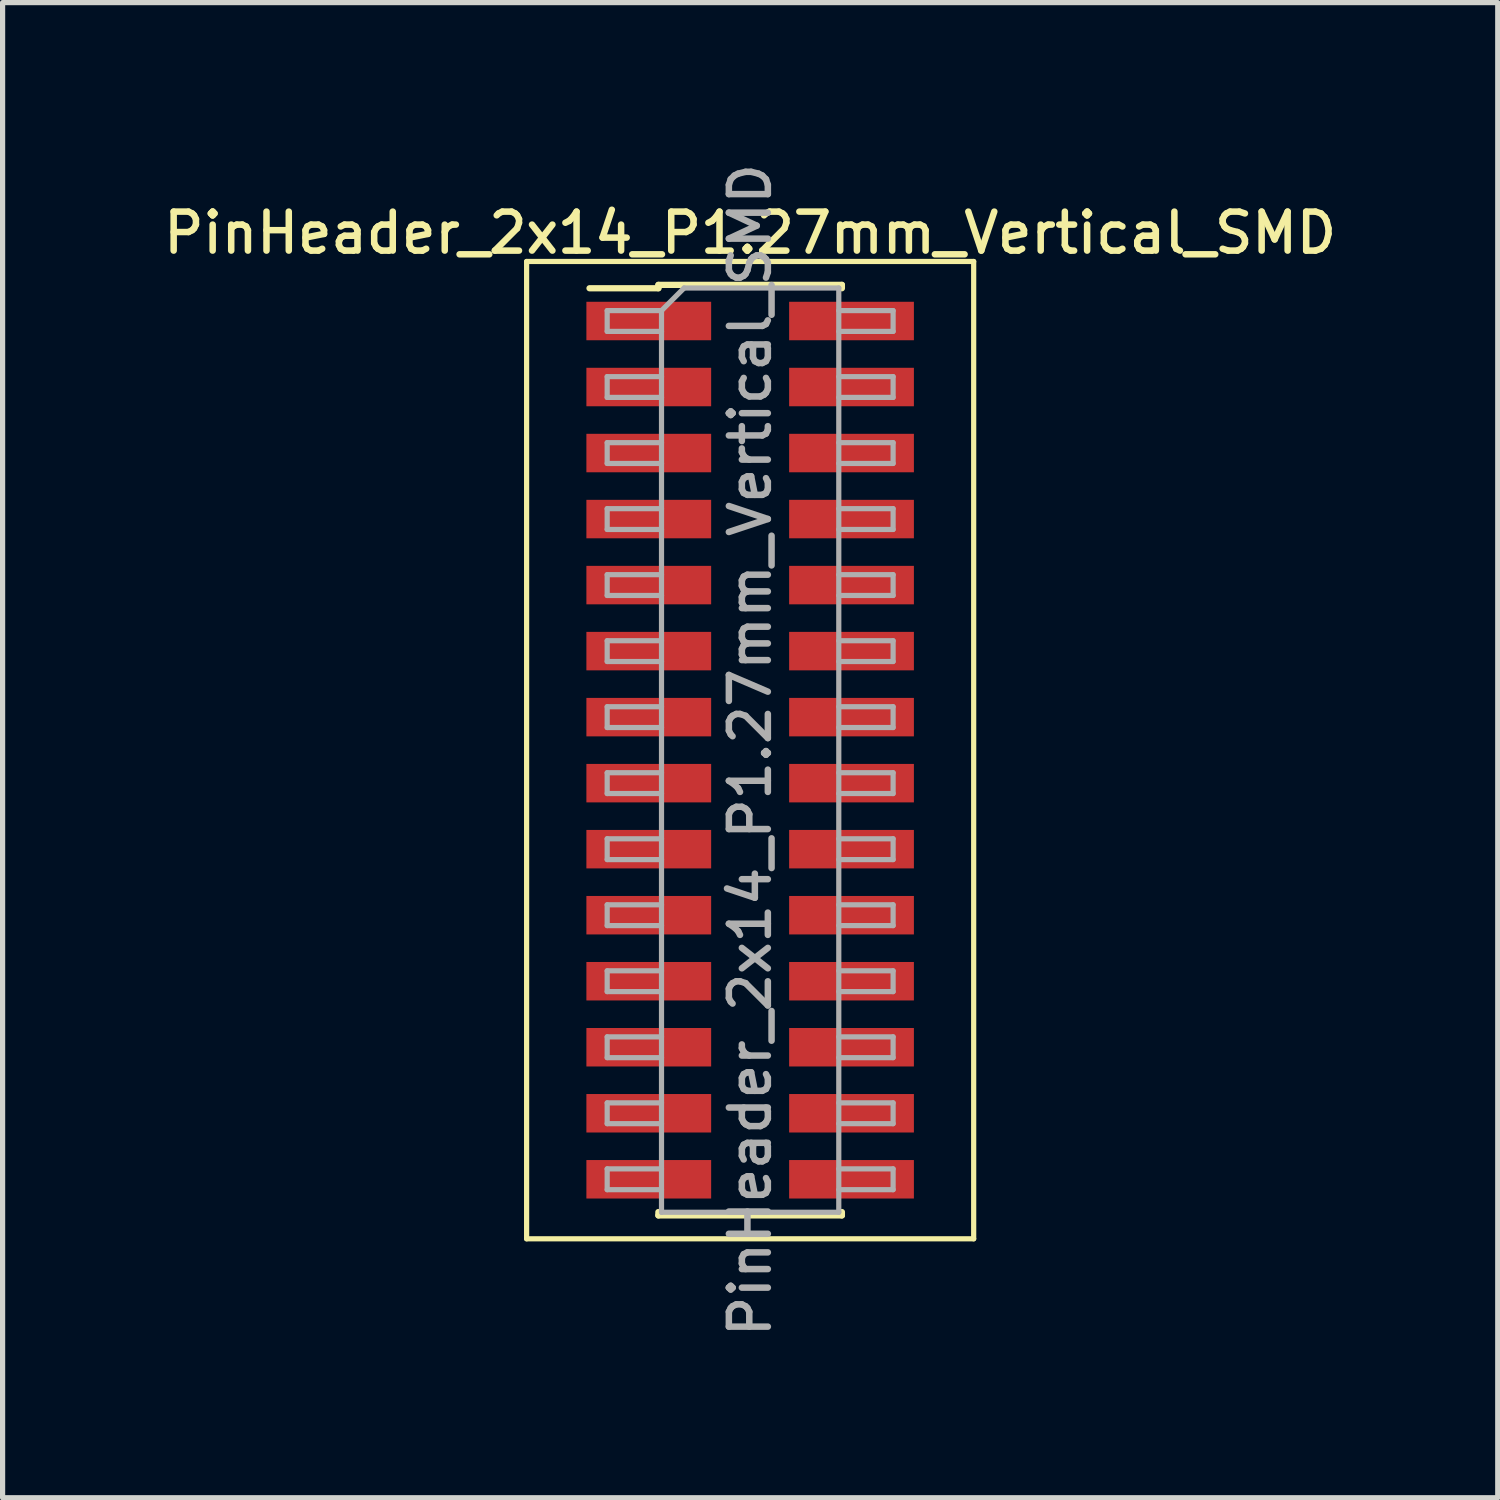
<source format=kicad_pcb>
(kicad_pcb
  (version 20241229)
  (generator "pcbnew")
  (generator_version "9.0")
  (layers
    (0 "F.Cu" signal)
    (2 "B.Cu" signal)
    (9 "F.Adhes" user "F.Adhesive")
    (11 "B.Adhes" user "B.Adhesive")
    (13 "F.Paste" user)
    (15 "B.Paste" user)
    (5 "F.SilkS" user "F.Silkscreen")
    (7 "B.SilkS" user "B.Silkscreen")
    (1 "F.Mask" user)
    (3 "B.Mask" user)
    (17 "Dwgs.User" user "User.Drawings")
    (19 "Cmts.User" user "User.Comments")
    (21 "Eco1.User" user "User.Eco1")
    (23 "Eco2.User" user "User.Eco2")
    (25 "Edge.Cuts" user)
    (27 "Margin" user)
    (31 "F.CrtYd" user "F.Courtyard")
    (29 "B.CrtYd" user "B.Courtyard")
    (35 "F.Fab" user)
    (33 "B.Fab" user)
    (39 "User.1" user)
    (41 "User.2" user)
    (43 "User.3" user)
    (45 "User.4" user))
  (footprint "PinHeader_2x14_P1.27mm_Vertical_SMD"
    (layer "F.Cu")
    (at 11.38 11.38)
    (property "Reference" "PinHeader_2x14_P1.27mm_Vertical_SMD" (at 0 -9.95 0) (layer "F.SilkS") (effects (font (size 0.75 0.75) (thickness 0.125))))
    (attr smd)
    (fp_line (start -4.3 -9.4) (end -4.3 9.4) (stroke (width 0.1) (type solid)) (layer "F.SilkS"))
    (fp_line (start -4.3 9.4) (end 4.3 9.4) (stroke (width 0.1) (type solid)) (layer "F.SilkS"))
    (fp_line (start -3.09 -8.885) (end -1.765 -8.885) (stroke (width 0.12) (type solid)) (layer "F.SilkS"))
    (fp_line (start -1.765 -8.95) (end -1.765 -8.885) (stroke (width 0.12) (type solid)) (layer "F.SilkS"))
    (fp_line (start -1.765 -8.95) (end 1.765 -8.95) (stroke (width 0.12) (type solid)) (layer "F.SilkS"))
    (fp_line (start -1.765 8.885) (end -1.765 8.95) (stroke (width 0.12) (type solid)) (layer "F.SilkS"))
    (fp_line (start -1.765 8.95) (end 1.765 8.95) (stroke (width 0.12) (type solid)) (layer "F.SilkS"))
    (fp_line (start 1.765 -8.95) (end 1.765 -8.885) (stroke (width 0.12) (type solid)) (layer "F.SilkS"))
    (fp_line (start 1.765 8.885) (end 1.765 8.95) (stroke (width 0.12) (type solid)) (layer "F.SilkS"))
    (fp_line (start 4.3 -9.4) (end -4.3 -9.4) (stroke (width 0.1) (type solid)) (layer "F.SilkS"))
    (fp_line (start 4.3 9.4) (end 4.3 -9.4) (stroke (width 0.1) (type solid)) (layer "F.SilkS"))
    (fp_line (start -2.75 -8.455) (end -2.75 -8.055) (stroke (width 0.1) (type solid)) (layer "F.Fab"))
    (fp_line (start -2.75 -8.055) (end -1.705 -8.055) (stroke (width 0.1) (type solid)) (layer "F.Fab"))
    (fp_line (start -2.75 -7.185) (end -2.75 -6.785) (stroke (width 0.1) (type solid)) (layer "F.Fab"))
    (fp_line (start -2.75 -6.785) (end -1.705 -6.785) (stroke (width 0.1) (type solid)) (layer "F.Fab"))
    (fp_line (start -2.75 -5.915) (end -2.75 -5.515) (stroke (width 0.1) (type solid)) (layer "F.Fab"))
    (fp_line (start -2.75 -5.515) (end -1.705 -5.515) (stroke (width 0.1) (type solid)) (layer "F.Fab"))
    (fp_line (start -2.75 -4.645) (end -2.75 -4.245) (stroke (width 0.1) (type solid)) (layer "F.Fab"))
    (fp_line (start -2.75 -4.245) (end -1.705 -4.245) (stroke (width 0.1) (type solid)) (layer "F.Fab"))
    (fp_line (start -2.75 -3.375) (end -2.75 -2.975) (stroke (width 0.1) (type solid)) (layer "F.Fab"))
    (fp_line (start -2.75 -2.975) (end -1.705 -2.975) (stroke (width 0.1) (type solid)) (layer "F.Fab"))
    (fp_line (start -2.75 -2.105) (end -2.75 -1.705) (stroke (width 0.1) (type solid)) (layer "F.Fab"))
    (fp_line (start -2.75 -1.705) (end -1.705 -1.705) (stroke (width 0.1) (type solid)) (layer "F.Fab"))
    (fp_line (start -2.75 -0.835) (end -2.75 -0.435) (stroke (width 0.1) (type solid)) (layer "F.Fab"))
    (fp_line (start -2.75 -0.435) (end -1.705 -0.435) (stroke (width 0.1) (type solid)) (layer "F.Fab"))
    (fp_line (start -2.75 0.435) (end -2.75 0.835) (stroke (width 0.1) (type solid)) (layer "F.Fab"))
    (fp_line (start -2.75 0.835) (end -1.705 0.835) (stroke (width 0.1) (type solid)) (layer "F.Fab"))
    (fp_line (start -2.75 1.705) (end -2.75 2.105) (stroke (width 0.1) (type solid)) (layer "F.Fab"))
    (fp_line (start -2.75 2.105) (end -1.705 2.105) (stroke (width 0.1) (type solid)) (layer "F.Fab"))
    (fp_line (start -2.75 2.975) (end -2.75 3.375) (stroke (width 0.1) (type solid)) (layer "F.Fab"))
    (fp_line (start -2.75 3.375) (end -1.705 3.375) (stroke (width 0.1) (type solid)) (layer "F.Fab"))
    (fp_line (start -2.75 4.245) (end -2.75 4.645) (stroke (width 0.1) (type solid)) (layer "F.Fab"))
    (fp_line (start -2.75 4.645) (end -1.705 4.645) (stroke (width 0.1) (type solid)) (layer "F.Fab"))
    (fp_line (start -2.75 5.515) (end -2.75 5.915) (stroke (width 0.1) (type solid)) (layer "F.Fab"))
    (fp_line (start -2.75 5.915) (end -1.705 5.915) (stroke (width 0.1) (type solid)) (layer "F.Fab"))
    (fp_line (start -2.75 6.785) (end -2.75 7.185) (stroke (width 0.1) (type solid)) (layer "F.Fab"))
    (fp_line (start -2.75 7.185) (end -1.705 7.185) (stroke (width 0.1) (type solid)) (layer "F.Fab"))
    (fp_line (start -2.75 8.055) (end -2.75 8.455) (stroke (width 0.1) (type solid)) (layer "F.Fab"))
    (fp_line (start -2.75 8.455) (end -1.705 8.455) (stroke (width 0.1) (type solid)) (layer "F.Fab"))
    (fp_line (start -1.705 -8.455) (end -2.75 -8.455) (stroke (width 0.1) (type solid)) (layer "F.Fab"))
    (fp_line (start -1.705 -8.455) (end -1.27 -8.89) (stroke (width 0.1) (type solid)) (layer "F.Fab"))
    (fp_line (start -1.705 -7.185) (end -2.75 -7.185) (stroke (width 0.1) (type solid)) (layer "F.Fab"))
    (fp_line (start -1.705 -5.915) (end -2.75 -5.915) (stroke (width 0.1) (type solid)) (layer "F.Fab"))
    (fp_line (start -1.705 -4.645) (end -2.75 -4.645) (stroke (width 0.1) (type solid)) (layer "F.Fab"))
    (fp_line (start -1.705 -3.375) (end -2.75 -3.375) (stroke (width 0.1) (type solid)) (layer "F.Fab"))
    (fp_line (start -1.705 -2.105) (end -2.75 -2.105) (stroke (width 0.1) (type solid)) (layer "F.Fab"))
    (fp_line (start -1.705 -0.835) (end -2.75 -0.835) (stroke (width 0.1) (type solid)) (layer "F.Fab"))
    (fp_line (start -1.705 0.435) (end -2.75 0.435) (stroke (width 0.1) (type solid)) (layer "F.Fab"))
    (fp_line (start -1.705 1.705) (end -2.75 1.705) (stroke (width 0.1) (type solid)) (layer "F.Fab"))
    (fp_line (start -1.705 2.975) (end -2.75 2.975) (stroke (width 0.1) (type solid)) (layer "F.Fab"))
    (fp_line (start -1.705 4.245) (end -2.75 4.245) (stroke (width 0.1) (type solid)) (layer "F.Fab"))
    (fp_line (start -1.705 5.515) (end -2.75 5.515) (stroke (width 0.1) (type solid)) (layer "F.Fab"))
    (fp_line (start -1.705 6.785) (end -2.75 6.785) (stroke (width 0.1) (type solid)) (layer "F.Fab"))
    (fp_line (start -1.705 8.055) (end -2.75 8.055) (stroke (width 0.1) (type solid)) (layer "F.Fab"))
    (fp_line (start -1.705 8.89) (end -1.705 -8.455) (stroke (width 0.1) (type solid)) (layer "F.Fab"))
    (fp_line (start -1.27 -8.89) (end 1.705 -8.89) (stroke (width 0.1) (type solid)) (layer "F.Fab"))
    (fp_line (start 1.705 -8.89) (end 1.705 8.89) (stroke (width 0.1) (type solid)) (layer "F.Fab"))
    (fp_line (start 1.705 -8.455) (end 2.75 -8.455) (stroke (width 0.1) (type solid)) (layer "F.Fab"))
    (fp_line (start 1.705 -7.185) (end 2.75 -7.185) (stroke (width 0.1) (type solid)) (layer "F.Fab"))
    (fp_line (start 1.705 -5.915) (end 2.75 -5.915) (stroke (width 0.1) (type solid)) (layer "F.Fab"))
    (fp_line (start 1.705 -4.645) (end 2.75 -4.645) (stroke (width 0.1) (type solid)) (layer "F.Fab"))
    (fp_line (start 1.705 -3.375) (end 2.75 -3.375) (stroke (width 0.1) (type solid)) (layer "F.Fab"))
    (fp_line (start 1.705 -2.105) (end 2.75 -2.105) (stroke (width 0.1) (type solid)) (layer "F.Fab"))
    (fp_line (start 1.705 -0.835) (end 2.75 -0.835) (stroke (width 0.1) (type solid)) (layer "F.Fab"))
    (fp_line (start 1.705 0.435) (end 2.75 0.435) (stroke (width 0.1) (type solid)) (layer "F.Fab"))
    (fp_line (start 1.705 1.705) (end 2.75 1.705) (stroke (width 0.1) (type solid)) (layer "F.Fab"))
    (fp_line (start 1.705 2.975) (end 2.75 2.975) (stroke (width 0.1) (type solid)) (layer "F.Fab"))
    (fp_line (start 1.705 4.245) (end 2.75 4.245) (stroke (width 0.1) (type solid)) (layer "F.Fab"))
    (fp_line (start 1.705 5.515) (end 2.75 5.515) (stroke (width 0.1) (type solid)) (layer "F.Fab"))
    (fp_line (start 1.705 6.785) (end 2.75 6.785) (stroke (width 0.1) (type solid)) (layer "F.Fab"))
    (fp_line (start 1.705 8.055) (end 2.75 8.055) (stroke (width 0.1) (type solid)) (layer "F.Fab"))
    (fp_line (start 1.705 8.89) (end -1.705 8.89) (stroke (width 0.1) (type solid)) (layer "F.Fab"))
    (fp_line (start 2.75 -8.455) (end 2.75 -8.055) (stroke (width 0.1) (type solid)) (layer "F.Fab"))
    (fp_line (start 2.75 -8.055) (end 1.705 -8.055) (stroke (width 0.1) (type solid)) (layer "F.Fab"))
    (fp_line (start 2.75 -7.185) (end 2.75 -6.785) (stroke (width 0.1) (type solid)) (layer "F.Fab"))
    (fp_line (start 2.75 -6.785) (end 1.705 -6.785) (stroke (width 0.1) (type solid)) (layer "F.Fab"))
    (fp_line (start 2.75 -5.915) (end 2.75 -5.515) (stroke (width 0.1) (type solid)) (layer "F.Fab"))
    (fp_line (start 2.75 -5.515) (end 1.705 -5.515) (stroke (width 0.1) (type solid)) (layer "F.Fab"))
    (fp_line (start 2.75 -4.645) (end 2.75 -4.245) (stroke (width 0.1) (type solid)) (layer "F.Fab"))
    (fp_line (start 2.75 -4.245) (end 1.705 -4.245) (stroke (width 0.1) (type solid)) (layer "F.Fab"))
    (fp_line (start 2.75 -3.375) (end 2.75 -2.975) (stroke (width 0.1) (type solid)) (layer "F.Fab"))
    (fp_line (start 2.75 -2.975) (end 1.705 -2.975) (stroke (width 0.1) (type solid)) (layer "F.Fab"))
    (fp_line (start 2.75 -2.105) (end 2.75 -1.705) (stroke (width 0.1) (type solid)) (layer "F.Fab"))
    (fp_line (start 2.75 -1.705) (end 1.705 -1.705) (stroke (width 0.1) (type solid)) (layer "F.Fab"))
    (fp_line (start 2.75 -0.835) (end 2.75 -0.435) (stroke (width 0.1) (type solid)) (layer "F.Fab"))
    (fp_line (start 2.75 -0.435) (end 1.705 -0.435) (stroke (width 0.1) (type solid)) (layer "F.Fab"))
    (fp_line (start 2.75 0.435) (end 2.75 0.835) (stroke (width 0.1) (type solid)) (layer "F.Fab"))
    (fp_line (start 2.75 0.835) (end 1.705 0.835) (stroke (width 0.1) (type solid)) (layer "F.Fab"))
    (fp_line (start 2.75 1.705) (end 2.75 2.105) (stroke (width 0.1) (type solid)) (layer "F.Fab"))
    (fp_line (start 2.75 2.105) (end 1.705 2.105) (stroke (width 0.1) (type solid)) (layer "F.Fab"))
    (fp_line (start 2.75 2.975) (end 2.75 3.375) (stroke (width 0.1) (type solid)) (layer "F.Fab"))
    (fp_line (start 2.75 3.375) (end 1.705 3.375) (stroke (width 0.1) (type solid)) (layer "F.Fab"))
    (fp_line (start 2.75 4.245) (end 2.75 4.645) (stroke (width 0.1) (type solid)) (layer "F.Fab"))
    (fp_line (start 2.75 4.645) (end 1.705 4.645) (stroke (width 0.1) (type solid)) (layer "F.Fab"))
    (fp_line (start 2.75 5.515) (end 2.75 5.915) (stroke (width 0.1) (type solid)) (layer "F.Fab"))
    (fp_line (start 2.75 5.915) (end 1.705 5.915) (stroke (width 0.1) (type solid)) (layer "F.Fab"))
    (fp_line (start 2.75 6.785) (end 2.75 7.185) (stroke (width 0.1) (type solid)) (layer "F.Fab"))
    (fp_line (start 2.75 7.185) (end 1.705 7.185) (stroke (width 0.1) (type solid)) (layer "F.Fab"))
    (fp_line (start 2.75 8.055) (end 2.75 8.455) (stroke (width 0.1) (type solid)) (layer "F.Fab"))
    (fp_line (start 2.75 8.455) (end 1.705 8.455) (stroke (width 0.1) (type solid)) (layer "F.Fab"))
    (fp_text user "${REFERENCE}" (at 0 0 90) (layer "F.Fab") (effects (font (size 0.75 0.75) (thickness 0.125))))
    (pad "1" smd rect (at -1.95 -8.255) (size 2.4 0.74) (layers "F.Cu" "F.Mask" "F.Paste"))
    (pad "2" smd rect (at 1.95 -8.255) (size 2.4 0.74) (layers "F.Cu" "F.Mask" "F.Paste"))
    (pad "3" smd rect (at -1.95 -6.985) (size 2.4 0.74) (layers "F.Cu" "F.Mask" "F.Paste"))
    (pad "4" smd rect (at 1.95 -6.985) (size 2.4 0.74) (layers "F.Cu" "F.Mask" "F.Paste"))
    (pad "5" smd rect (at -1.95 -5.715) (size 2.4 0.74) (layers "F.Cu" "F.Mask" "F.Paste"))
    (pad "6" smd rect (at 1.95 -5.715) (size 2.4 0.74) (layers "F.Cu" "F.Mask" "F.Paste"))
    (pad "7" smd rect (at -1.95 -4.445) (size 2.4 0.74) (layers "F.Cu" "F.Mask" "F.Paste"))
    (pad "8" smd rect (at 1.95 -4.445) (size 2.4 0.74) (layers "F.Cu" "F.Mask" "F.Paste"))
    (pad "9" smd rect (at -1.95 -3.175) (size 2.4 0.74) (layers "F.Cu" "F.Mask" "F.Paste"))
    (pad "10" smd rect (at 1.95 -3.175) (size 2.4 0.74) (layers "F.Cu" "F.Mask" "F.Paste"))
    (pad "11" smd rect (at -1.95 -1.905) (size 2.4 0.74) (layers "F.Cu" "F.Mask" "F.Paste"))
    (pad "12" smd rect (at 1.95 -1.905) (size 2.4 0.74) (layers "F.Cu" "F.Mask" "F.Paste"))
    (pad "13" smd rect (at -1.95 -0.635) (size 2.4 0.74) (layers "F.Cu" "F.Mask" "F.Paste"))
    (pad "14" smd rect (at 1.95 -0.635) (size 2.4 0.74) (layers "F.Cu" "F.Mask" "F.Paste"))
    (pad "15" smd rect (at -1.95 0.635) (size 2.4 0.74) (layers "F.Cu" "F.Mask" "F.Paste"))
    (pad "16" smd rect (at 1.95 0.635) (size 2.4 0.74) (layers "F.Cu" "F.Mask" "F.Paste"))
    (pad "17" smd rect (at -1.95 1.905) (size 2.4 0.74) (layers "F.Cu" "F.Mask" "F.Paste"))
    (pad "18" smd rect (at 1.95 1.905) (size 2.4 0.74) (layers "F.Cu" "F.Mask" "F.Paste"))
    (pad "19" smd rect (at -1.95 3.175) (size 2.4 0.74) (layers "F.Cu" "F.Mask" "F.Paste"))
    (pad "20" smd rect (at 1.95 3.175) (size 2.4 0.74) (layers "F.Cu" "F.Mask" "F.Paste"))
    (pad "21" smd rect (at -1.95 4.445) (size 2.4 0.74) (layers "F.Cu" "F.Mask" "F.Paste"))
    (pad "22" smd rect (at 1.95 4.445) (size 2.4 0.74) (layers "F.Cu" "F.Mask" "F.Paste"))
    (pad "23" smd rect (at -1.95 5.715) (size 2.4 0.74) (layers "F.Cu" "F.Mask" "F.Paste"))
    (pad "24" smd rect (at 1.95 5.715) (size 2.4 0.74) (layers "F.Cu" "F.Mask" "F.Paste"))
    (pad "25" smd rect (at -1.95 6.985) (size 2.4 0.74) (layers "F.Cu" "F.Mask" "F.Paste"))
    (pad "26" smd rect (at 1.95 6.985) (size 2.4 0.74) (layers "F.Cu" "F.Mask" "F.Paste"))
    (pad "27" smd rect (at -1.95 8.255) (size 2.4 0.74) (layers "F.Cu" "F.Mask" "F.Paste"))
    (pad "28" smd rect (at 1.95 8.255) (size 2.4 0.74) (layers "F.Cu" "F.Mask" "F.Paste")))
  (gr_rect
    (start -3 -3)
    (end 25.761 25.761)
    (stroke (width 0.1) (type default))
    (fill no)
    (layer "Edge.Cuts")))
</source>
